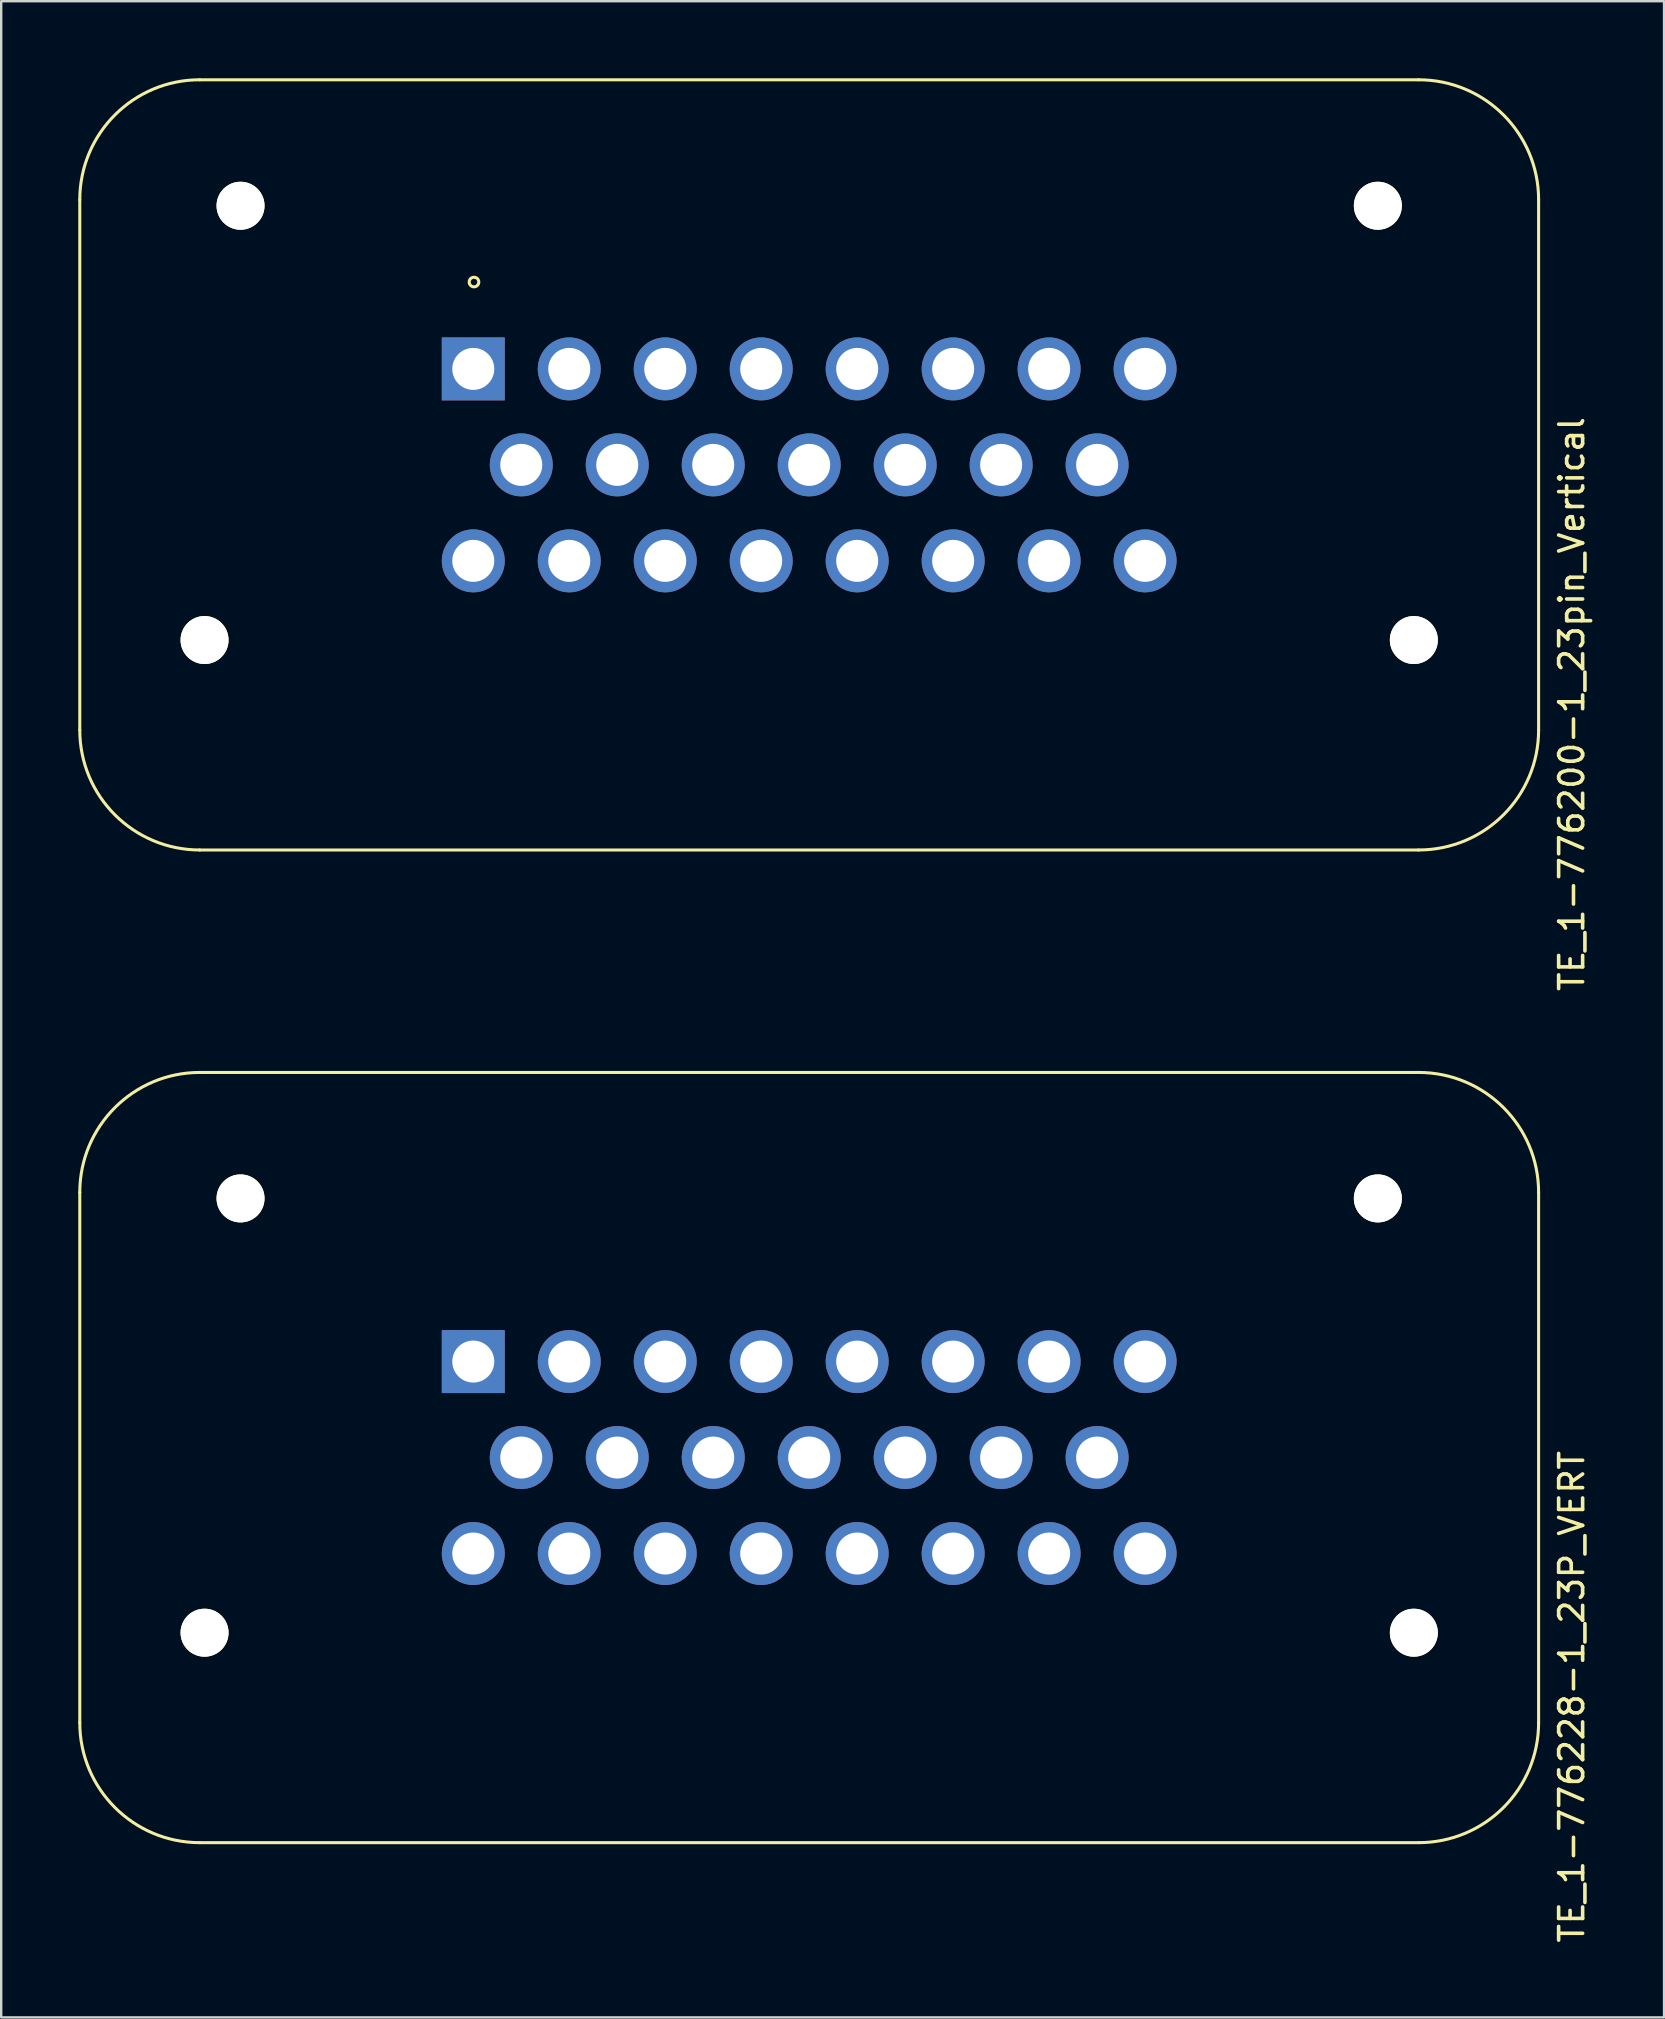
<source format=kicad_pcb>
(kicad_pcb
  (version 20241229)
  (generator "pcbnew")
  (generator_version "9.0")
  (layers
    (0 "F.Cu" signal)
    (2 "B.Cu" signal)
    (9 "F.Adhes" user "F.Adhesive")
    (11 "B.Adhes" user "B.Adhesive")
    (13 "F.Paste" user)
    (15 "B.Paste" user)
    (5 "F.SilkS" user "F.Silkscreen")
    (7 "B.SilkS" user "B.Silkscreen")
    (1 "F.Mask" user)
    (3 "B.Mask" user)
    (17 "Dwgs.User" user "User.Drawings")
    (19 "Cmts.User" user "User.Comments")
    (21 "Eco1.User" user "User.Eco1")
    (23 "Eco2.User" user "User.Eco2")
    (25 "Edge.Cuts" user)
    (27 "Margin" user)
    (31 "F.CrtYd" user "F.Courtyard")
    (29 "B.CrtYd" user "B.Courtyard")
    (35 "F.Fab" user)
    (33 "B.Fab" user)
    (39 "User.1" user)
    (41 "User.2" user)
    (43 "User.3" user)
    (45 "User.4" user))
  (footprint "TE_1-776228-1_23P_VERT"
    (layer "F.Cu")
    (at 30.675 57.697)
    (property "Reference" "TE_1-776228-1_23P_VERT" (at 31.78 9.97 90) (layer "F.SilkS") (effects (font (size 1 1) (thickness 0.15))))
    (attr through_hole)
    (fp_line (start -30.4 -11.05) (end -30.4 11.05) (stroke (width 0.127) (type solid)) (layer "F.SilkS"))
    (fp_line (start -25.4 16.05) (end 25.4 16.05) (stroke (width 0.127) (type solid)) (layer "F.SilkS"))
    (fp_line (start 25.4 -16.05) (end -25.4 -16.05) (stroke (width 0.127) (type solid)) (layer "F.SilkS"))
    (fp_line (start 30.4 11.05) (end 30.4 -11.05) (stroke (width 0.127) (type solid)) (layer "F.SilkS"))
    (fp_arc (start -30.4 -11.05) (mid -28.935534 -14.585534) (end -25.4 -16.05) (stroke (width 0.127) (type solid)) (layer "F.SilkS"))
    (fp_arc (start -25.4 16.05) (mid -28.935534 14.585534) (end -30.4 11.05) (stroke (width 0.127) (type solid)) (layer "F.SilkS"))
    (fp_arc (start 25.4 -16.05) (mid 28.935534 -14.585534) (end 30.4 -11.05) (stroke (width 0.127) (type solid)) (layer "F.SilkS"))
    (fp_arc (start 30.4 11.05) (mid 28.935534 14.585534) (end 25.4 16.05) (stroke (width 0.127) (type solid)) (layer "F.SilkS"))
    (fp_line (start -30.65 -11.3) (end -30.65 11.3) (stroke (width 0.05) (type solid)) (layer "Eco1.User"))
    (fp_line (start -25.65 16.3) (end 25.65 16.3) (stroke (width 0.05) (type solid)) (layer "Eco1.User"))
    (fp_line (start 25.65 -16.3) (end -25.65 -16.3) (stroke (width 0.05) (type solid)) (layer "Eco1.User"))
    (fp_line (start 30.65 11.3) (end 30.65 -11.3) (stroke (width 0.05) (type solid)) (layer "Eco1.User"))
    (fp_arc (start -30.65 -11.3) (mid -29.185534 -14.835534) (end -25.65 -16.3) (stroke (width 0.05) (type solid)) (layer "Eco1.User"))
    (fp_arc (start -25.65 16.3) (mid -29.185534 14.835534) (end -30.65 11.3) (stroke (width 0.05) (type solid)) (layer "Eco1.User"))
    (fp_arc (start 25.65 -16.3) (mid 29.185534 -14.835534) (end 30.65 -11.3) (stroke (width 0.05) (type solid)) (layer "Eco1.User"))
    (fp_arc (start 30.65 11.3) (mid 29.185534 14.835534) (end 25.65 16.3) (stroke (width 0.05) (type solid)) (layer "Eco1.User"))
    (fp_line (start -30.4 -11.05) (end -30.4 11.05) (stroke (width 0.127) (type solid)) (layer "Eco2.User"))
    (fp_line (start -25.4 16.05) (end 25.4 16.05) (stroke (width 0.127) (type solid)) (layer "Eco2.User"))
    (fp_line (start 25.4 -16.05) (end -25.4 -16.05) (stroke (width 0.127) (type solid)) (layer "Eco2.User"))
    (fp_line (start 30.4 11.05) (end 30.4 -11.05) (stroke (width 0.127) (type solid)) (layer "Eco2.User"))
    (fp_arc (start -30.4 -11.05) (mid -28.935534 -14.585534) (end -25.4 -16.05) (stroke (width 0.127) (type solid)) (layer "Eco2.User"))
    (fp_arc (start -25.4 16.05) (mid -28.935534 14.585534) (end -30.4 11.05) (stroke (width 0.127) (type solid)) (layer "Eco2.User"))
    (fp_arc (start 25.4 -16.05) (mid 28.935534 -14.585534) (end 30.4 -11.05) (stroke (width 0.127) (type solid)) (layer "Eco2.User"))
    (fp_arc (start 30.4 11.05) (mid 28.935534 14.585534) (end 25.4 16.05) (stroke (width 0.127) (type solid)) (layer "Eco2.User"))
    (pad "" np_thru_hole circle (at -25.2 7.3) (size 2 2) (drill 2) (layers "*.Cu" "*.Mask" "F.SilkS"))
    (pad "" np_thru_hole circle (at -23.7 -10.8) (size 2 2) (drill 2) (layers "*.Cu" "*.Mask" "F.SilkS"))
    (pad "" np_thru_hole circle (at 23.7 -10.8) (size 2 2) (drill 2) (layers "*.Cu" "*.Mask" "F.SilkS"))
    (pad "" np_thru_hole circle (at 25.2 7.3) (size 2 2) (drill 2) (layers "*.Cu" "*.Mask" "F.SilkS"))
    (pad "1" thru_hole rect (at -14 -4) (size 2.625 2.625) (drill 1.75) (layers "*.Cu" "*.Mask"))
    (pad "2" thru_hole circle (at -10 -4) (size 2.625 2.625) (drill 1.75) (layers "*.Cu" "*.Mask"))
    (pad "3" thru_hole circle (at -6 -4) (size 2.625 2.625) (drill 1.75) (layers "*.Cu" "*.Mask"))
    (pad "4" thru_hole circle (at -2 -4) (size 2.625 2.625) (drill 1.75) (layers "*.Cu" "*.Mask"))
    (pad "5" thru_hole circle (at 2 -4) (size 2.625 2.625) (drill 1.75) (layers "*.Cu" "*.Mask"))
    (pad "6" thru_hole circle (at 6 -4) (size 2.625 2.625) (drill 1.75) (layers "*.Cu" "*.Mask"))
    (pad "7" thru_hole circle (at 10 -4) (size 2.625 2.625) (drill 1.75) (layers "*.Cu" "*.Mask"))
    (pad "8" thru_hole circle (at 14 -4) (size 2.625 2.625) (drill 1.75) (layers "*.Cu" "*.Mask"))
    (pad "9" thru_hole circle (at -12 0) (size 2.625 2.625) (drill 1.75) (layers "*.Cu" "*.Mask"))
    (pad "10" thru_hole circle (at -8 0) (size 2.625 2.625) (drill 1.75) (layers "*.Cu" "*.Mask"))
    (pad "11" thru_hole circle (at -4 0) (size 2.625 2.625) (drill 1.75) (layers "*.Cu" "*.Mask"))
    (pad "12" thru_hole circle (at 0 0) (size 2.625 2.625) (drill 1.75) (layers "*.Cu" "*.Mask"))
    (pad "13" thru_hole circle (at 4 0) (size 2.625 2.625) (drill 1.75) (layers "*.Cu" "*.Mask"))
    (pad "14" thru_hole circle (at 8 0) (size 2.625 2.625) (drill 1.75) (layers "*.Cu" "*.Mask"))
    (pad "15" thru_hole circle (at 12 0) (size 2.625 2.625) (drill 1.75) (layers "*.Cu" "*.Mask"))
    (pad "16" thru_hole circle (at -14 4) (size 2.625 2.625) (drill 1.75) (layers "*.Cu" "*.Mask"))
    (pad "17" thru_hole circle (at -10 4) (size 2.625 2.625) (drill 1.75) (layers "*.Cu" "*.Mask"))
    (pad "18" thru_hole circle (at -6 4) (size 2.625 2.625) (drill 1.75) (layers "*.Cu" "*.Mask"))
    (pad "19" thru_hole circle (at -2 4) (size 2.625 2.625) (drill 1.75) (layers "*.Cu" "*.Mask"))
    (pad "20" thru_hole circle (at 2 4) (size 2.625 2.625) (drill 1.75) (layers "*.Cu" "*.Mask"))
    (pad "21" thru_hole circle (at 6 4) (size 2.625 2.625) (drill 1.75) (layers "*.Cu" "*.Mask"))
    (pad "22" thru_hole circle (at 10 4) (size 2.625 2.625) (drill 1.75) (layers "*.Cu" "*.Mask"))
    (pad "23" thru_hole circle (at 14 4) (size 2.625 2.625) (drill 1.75) (layers "*.Cu" "*.Mask")))
  (footprint "TE_1-776200-1_23pin_Vertical"
    (layer "F.Cu")
    (at 30.675 16.325)
    (property "Reference" "TE_1-776200-1_23pin_Vertical" (at 31.78 9.97 90) (layer "F.SilkS") (effects (font (size 1 1) (thickness 0.15))))
    (attr through_hole)
    (fp_line (start -30.4 -11.05) (end -30.4 11.05) (stroke (width 0.127) (type solid)) (layer "F.SilkS"))
    (fp_line (start -25.4 16.05) (end 25.4 16.05) (stroke (width 0.127) (type solid)) (layer "F.SilkS"))
    (fp_line (start 25.4 -16.05) (end -25.4 -16.05) (stroke (width 0.127) (type solid)) (layer "F.SilkS"))
    (fp_line (start 30.4 11.05) (end 30.4 -11.05) (stroke (width 0.127) (type solid)) (layer "F.SilkS"))
    (fp_arc (start -30.4 -11.05) (mid -28.935534 -14.585534) (end -25.4 -16.05) (stroke (width 0.127) (type solid)) (layer "F.SilkS"))
    (fp_arc (start -25.4 16.05) (mid -28.935534 14.585534) (end -30.4 11.05) (stroke (width 0.127) (type solid)) (layer "F.SilkS"))
    (fp_arc (start 25.4 -16.05) (mid 28.935534 -14.585534) (end 30.4 -11.05) (stroke (width 0.127) (type solid)) (layer "F.SilkS"))
    (fp_arc (start 30.4 11.05) (mid 28.935534 14.585534) (end 25.4 16.05) (stroke (width 0.127) (type solid)) (layer "F.SilkS"))
    (fp_circle (center -13.97 -7.62) (end -13.77 -7.62) (stroke (width 0.127) (type solid)) (fill no) (layer "F.SilkS"))
    (fp_line (start -30.65 -11.3) (end -30.65 11.3) (stroke (width 0.05) (type solid)) (layer "Eco1.User"))
    (fp_line (start -25.65 16.3) (end 25.65 16.3) (stroke (width 0.05) (type solid)) (layer "Eco1.User"))
    (fp_line (start 25.65 -16.3) (end -25.65 -16.3) (stroke (width 0.05) (type solid)) (layer "Eco1.User"))
    (fp_line (start 30.65 11.3) (end 30.65 -11.3) (stroke (width 0.05) (type solid)) (layer "Eco1.User"))
    (fp_arc (start -30.65 -11.3) (mid -29.185534 -14.835534) (end -25.65 -16.3) (stroke (width 0.05) (type solid)) (layer "Eco1.User"))
    (fp_arc (start -25.65 16.3) (mid -29.185534 14.835534) (end -30.65 11.3) (stroke (width 0.05) (type solid)) (layer "Eco1.User"))
    (fp_arc (start 25.65 -16.3) (mid 29.185534 -14.835534) (end 30.65 -11.3) (stroke (width 0.05) (type solid)) (layer "Eco1.User"))
    (fp_arc (start 30.65 11.3) (mid 29.185534 14.835534) (end 25.65 16.3) (stroke (width 0.05) (type solid)) (layer "Eco1.User"))
    (fp_line (start -30.4 -11.05) (end -30.4 11.05) (stroke (width 0.127) (type solid)) (layer "Eco2.User"))
    (fp_line (start -25.4 16.05) (end 25.4 16.05) (stroke (width 0.127) (type solid)) (layer "Eco2.User"))
    (fp_line (start 25.4 -16.05) (end -25.4 -16.05) (stroke (width 0.127) (type solid)) (layer "Eco2.User"))
    (fp_line (start 30.4 11.05) (end 30.4 -11.05) (stroke (width 0.127) (type solid)) (layer "Eco2.User"))
    (fp_arc (start -30.4 -11.05) (mid -28.935534 -14.585534) (end -25.4 -16.05) (stroke (width 0.127) (type solid)) (layer "Eco2.User"))
    (fp_arc (start -25.4 16.05) (mid -28.935534 14.585534) (end -30.4 11.05) (stroke (width 0.127) (type solid)) (layer "Eco2.User"))
    (fp_arc (start 25.4 -16.05) (mid 28.935534 -14.585534) (end 30.4 -11.05) (stroke (width 0.127) (type solid)) (layer "Eco2.User"))
    (fp_arc (start 30.4 11.05) (mid 28.935534 14.585534) (end 25.4 16.05) (stroke (width 0.127) (type solid)) (layer "Eco2.User"))
    (pad "" np_thru_hole circle (at -25.2 7.3) (size 2 2) (drill 2) (layers "*.Cu" "*.Mask" "F.SilkS"))
    (pad "" np_thru_hole circle (at -23.7 -10.8) (size 2 2) (drill 2) (layers "*.Cu" "*.Mask" "F.SilkS"))
    (pad "" np_thru_hole circle (at 23.7 -10.8) (size 2 2) (drill 2) (layers "*.Cu" "*.Mask" "F.SilkS"))
    (pad "" np_thru_hole circle (at 25.2 7.3) (size 2 2) (drill 2) (layers "*.Cu" "*.Mask" "F.SilkS"))
    (pad "1" thru_hole rect (at -14 -4) (size 2.625 2.625) (drill 1.75) (layers "*.Cu" "*.Mask"))
    (pad "2" thru_hole circle (at -10 -4) (size 2.625 2.625) (drill 1.75) (layers "*.Cu" "*.Mask"))
    (pad "3" thru_hole circle (at -6 -4) (size 2.625 2.625) (drill 1.75) (layers "*.Cu" "*.Mask"))
    (pad "4" thru_hole circle (at -2 -4) (size 2.625 2.625) (drill 1.75) (layers "*.Cu" "*.Mask"))
    (pad "5" thru_hole circle (at 2 -4) (size 2.625 2.625) (drill 1.75) (layers "*.Cu" "*.Mask"))
    (pad "6" thru_hole circle (at 6 -4) (size 2.625 2.625) (drill 1.75) (layers "*.Cu" "*.Mask"))
    (pad "7" thru_hole circle (at 10 -4) (size 2.625 2.625) (drill 1.75) (layers "*.Cu" "*.Mask"))
    (pad "8" thru_hole circle (at 14 -4) (size 2.625 2.625) (drill 1.75) (layers "*.Cu" "*.Mask"))
    (pad "9" thru_hole circle (at -12 0) (size 2.625 2.625) (drill 1.75) (layers "*.Cu" "*.Mask"))
    (pad "10" thru_hole circle (at -8 0) (size 2.625 2.625) (drill 1.75) (layers "*.Cu" "*.Mask"))
    (pad "11" thru_hole circle (at -4 0) (size 2.625 2.625) (drill 1.75) (layers "*.Cu" "*.Mask"))
    (pad "12" thru_hole circle (at 0 0) (size 2.625 2.625) (drill 1.75) (layers "*.Cu" "*.Mask"))
    (pad "13" thru_hole circle (at 4 0) (size 2.625 2.625) (drill 1.75) (layers "*.Cu" "*.Mask"))
    (pad "14" thru_hole circle (at 8 0) (size 2.625 2.625) (drill 1.75) (layers "*.Cu" "*.Mask"))
    (pad "15" thru_hole circle (at 12 0) (size 2.625 2.625) (drill 1.75) (layers "*.Cu" "*.Mask"))
    (pad "16" thru_hole circle (at -14 4) (size 2.625 2.625) (drill 1.75) (layers "*.Cu" "*.Mask"))
    (pad "17" thru_hole circle (at -10 4) (size 2.625 2.625) (drill 1.75) (layers "*.Cu" "*.Mask"))
    (pad "18" thru_hole circle (at -6 4) (size 2.625 2.625) (drill 1.75) (layers "*.Cu" "*.Mask"))
    (pad "19" thru_hole circle (at -2 4) (size 2.625 2.625) (drill 1.75) (layers "*.Cu" "*.Mask"))
    (pad "20" thru_hole circle (at 2 4) (size 2.625 2.625) (drill 1.75) (layers "*.Cu" "*.Mask"))
    (pad "21" thru_hole circle (at 6 4) (size 2.625 2.625) (drill 1.75) (layers "*.Cu" "*.Mask"))
    (pad "22" thru_hole circle (at 10 4) (size 2.625 2.625) (drill 1.75) (layers "*.Cu" "*.Mask"))
    (pad "23" thru_hole circle (at 14 4) (size 2.625 2.625) (drill 1.75) (layers "*.Cu" "*.Mask")))
  (gr_rect
    (start -3 -3)
    (end 66.303 81.03)
    (stroke (width 0.1) (type default))
    (fill no)
    (layer "Edge.Cuts")))
</source>
